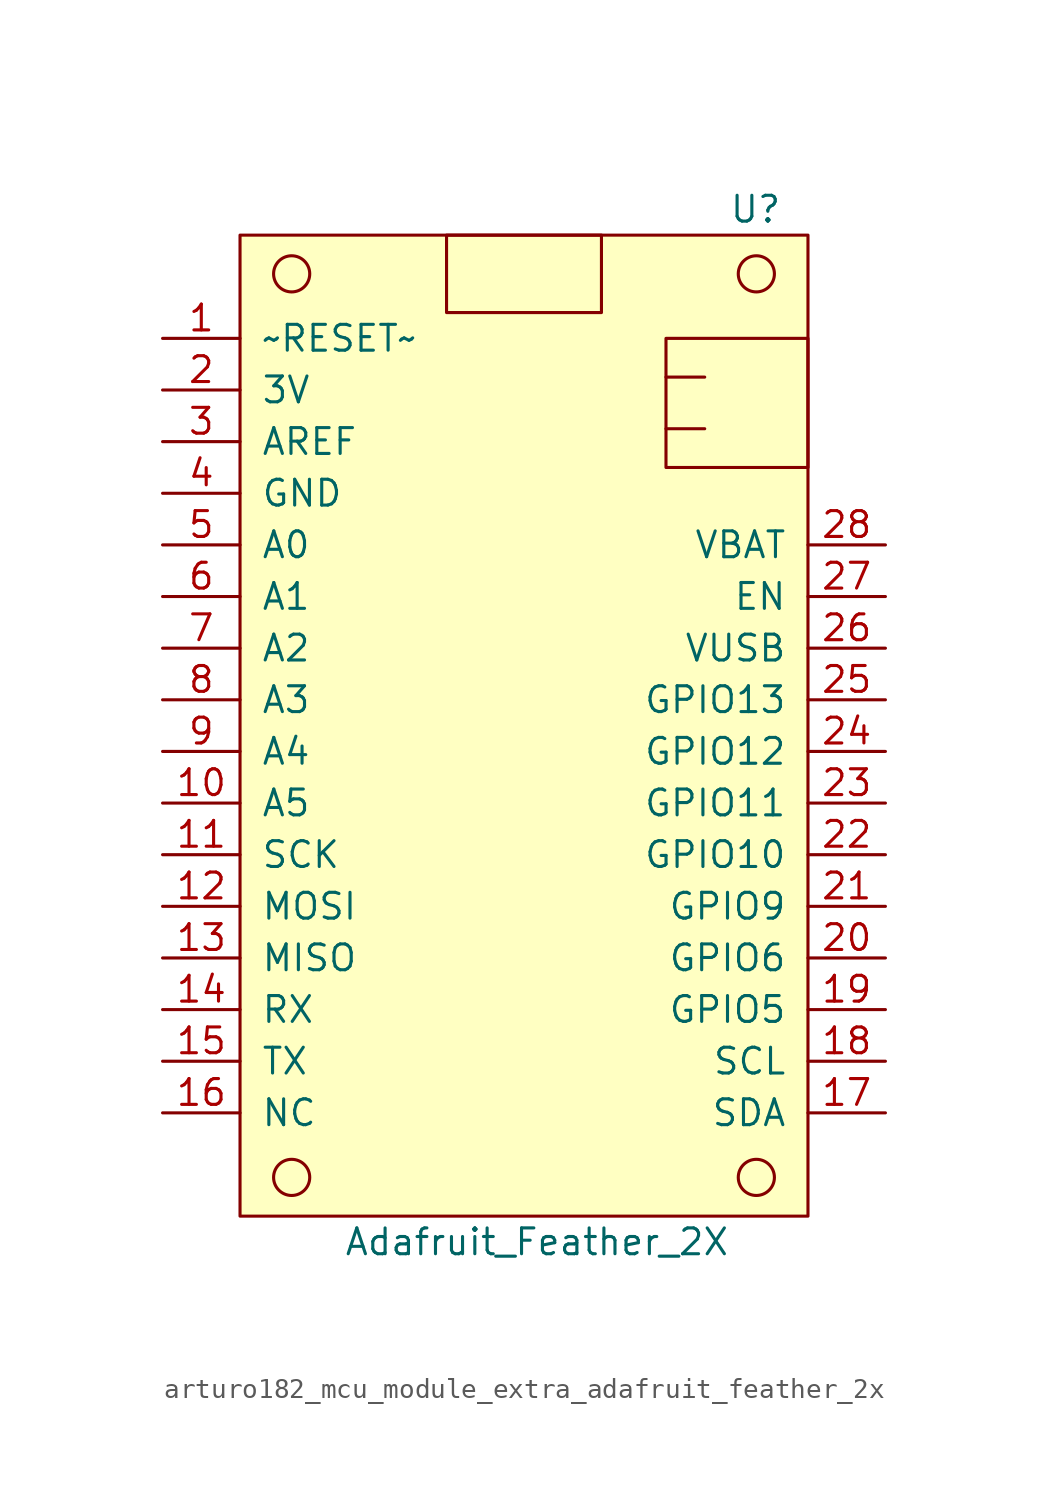
<source format=kicad_sym>
(kicad_symbol_lib
  (version 20220914)
  (generator kicad_symbol_editor)
  (symbol "MCU_Module_Extra:arturo182_mcu_module_extra_adafruit_feather_2x"
    (pin_names
      (offset 1.016))
    (property "Reference" "U"
      (at 12.7 24.13 0)
      (effects (font (size 1.27 1.27)) (justify right)))
    (property "Value" "Adafruit_Feather_2X"
      (at 0.635 -26.67 0)
      (effects (font (size 1.27 1.27))))
    (symbol "arturo182_mcu_module_extra_adafruit_feather_2x_0_1"
      (circle (center -11.43 -23.495) (radius 0.889) (stroke (width 0)) (fill (type none)))
      (circle (center -11.43 20.955) (radius 0.889) (stroke (width 0)) (fill (type none)))
      (circle (center 11.43 -23.495) (radius 0.889) (stroke (width 0)) (fill (type none)))
      (circle (center 11.43 20.955) (radius 0.889) (stroke (width 0)) (fill (type none)))
      (rectangle (start -13.97 22.86) (end 13.97 -25.4) (stroke (width 0)) (fill (type background)))
      (rectangle (start -3.81 22.86) (end 3.81 19.05) (stroke (width 0)) (fill (type none)))
      (rectangle (start 6.985 13.335) (end 8.89 13.335) (stroke (width 0)) (fill (type none)))
      (rectangle (start 6.985 15.875) (end 8.89 15.875) (stroke (width 0)) (fill (type none)))
      (rectangle (start 13.97 17.78) (end 6.985 11.43) (stroke (width 0)) (fill (type none))))
    (symbol "arturo182_mcu_module_extra_adafruit_feather_2x_1_1"
      (pin bidirectional line (at -17.78 17.78 0) (length 3.81) (name "~RESET~" (effects (font (size 1.27 1.27)))) (number "1" (effects (font (size 1.27 1.27)))))
      (pin passive line (at -17.78 17.78 0) (length 3.81) hide (name "~RESET~" (effects (font (size 1.27 1.27)))) (number "1" (effects (font (size 1.27 1.27)))))
      (pin passive line (at -17.78 -5.08 0) (length 3.81) hide (name "A5" (effects (font (size 1.27 1.27)))) (number "10" (effects (font (size 1.27 1.27)))))
      (pin bidirectional line (at -17.78 -5.08 0) (length 3.81) (name "A5" (effects (font (size 1.27 1.27)))) (number "10" (effects (font (size 1.27 1.27)))))
      (pin passive line (at -17.78 -7.62 0) (length 3.81) hide (name "SCK" (effects (font (size 1.27 1.27)))) (number "11" (effects (font (size 1.27 1.27)))))
      (pin output line (at -17.78 -7.62 0) (length 3.81) (name "SCK" (effects (font (size 1.27 1.27)))) (number "11" (effects (font (size 1.27 1.27)))))
      (pin passive line (at -17.78 -10.16 0) (length 3.81) hide (name "MOSI" (effects (font (size 1.27 1.27)))) (number "12" (effects (font (size 1.27 1.27)))))
      (pin output line (at -17.78 -10.16 0) (length 3.81) (name "MOSI" (effects (font (size 1.27 1.27)))) (number "12" (effects (font (size 1.27 1.27)))))
      (pin input line (at -17.78 -12.7 0) (length 3.81) (name "MISO" (effects (font (size 1.27 1.27)))) (number "13" (effects (font (size 1.27 1.27)))))
      (pin passive line (at -17.78 -12.7 0) (length 3.81) hide (name "MISO" (effects (font (size 1.27 1.27)))) (number "13" (effects (font (size 1.27 1.27)))))
      (pin input line (at -17.78 -15.24 0) (length 3.81) (name "RX" (effects (font (size 1.27 1.27)))) (number "14" (effects (font (size 1.27 1.27)))))
      (pin passive line (at -17.78 -15.24 0) (length 3.81) hide (name "RX" (effects (font (size 1.27 1.27)))) (number "14" (effects (font (size 1.27 1.27)))))
      (pin passive line (at -17.78 -17.78 0) (length 3.81) hide (name "TX" (effects (font (size 1.27 1.27)))) (number "15" (effects (font (size 1.27 1.27)))))
      (pin output line (at -17.78 -17.78 0) (length 3.81) (name "TX" (effects (font (size 1.27 1.27)))) (number "15" (effects (font (size 1.27 1.27)))))
      (pin bidirectional line (at -17.78 -20.32 0) (length 3.81) (name "NC" (effects (font (size 1.27 1.27)))) (number "16" (effects (font (size 1.27 1.27)))))
      (pin passive line (at -17.78 -20.32 0) (length 3.81) hide (name "NC" (effects (font (size 1.27 1.27)))) (number "16" (effects (font (size 1.27 1.27)))))
      (pin passive line (at 17.78 -20.32 180) (length 3.81) hide (name "SDA" (effects (font (size 1.27 1.27)))) (number "17" (effects (font (size 1.27 1.27)))))
      (pin bidirectional line (at 17.78 -20.32 180) (length 3.81) (name "SDA" (effects (font (size 1.27 1.27)))) (number "17" (effects (font (size 1.27 1.27)))))
      (pin passive line (at 17.78 -17.78 180) (length 3.81) hide (name "SCL" (effects (font (size 1.27 1.27)))) (number "18" (effects (font (size 1.27 1.27)))))
      (pin output line (at 17.78 -17.78 180) (length 3.81) (name "SCL" (effects (font (size 1.27 1.27)))) (number "18" (effects (font (size 1.27 1.27)))))
      (pin passive line (at 17.78 -15.24 180) (length 3.81) hide (name "GPIO5" (effects (font (size 1.27 1.27)))) (number "19" (effects (font (size 1.27 1.27)))))
      (pin bidirectional line (at 17.78 -15.24 180) (length 3.81) (name "GPIO5" (effects (font (size 1.27 1.27)))) (number "19" (effects (font (size 1.27 1.27)))))
      (pin power_out line (at -17.78 15.24 0) (length 3.81) (name "3V" (effects (font (size 1.27 1.27)))) (number "2" (effects (font (size 1.27 1.27)))))
      (pin passive line (at -17.78 15.24 0) (length 3.81) hide (name "3V" (effects (font (size 1.27 1.27)))) (number "2" (effects (font (size 1.27 1.27)))))
      (pin passive line (at 17.78 -12.7 180) (length 3.81) hide (name "GPIO6" (effects (font (size 1.27 1.27)))) (number "20" (effects (font (size 1.27 1.27)))))
      (pin bidirectional line (at 17.78 -12.7 180) (length 3.81) (name "GPIO6" (effects (font (size 1.27 1.27)))) (number "20" (effects (font (size 1.27 1.27)))))
      (pin passive line (at 17.78 -10.16 180) (length 3.81) hide (name "GPIO9" (effects (font (size 1.27 1.27)))) (number "21" (effects (font (size 1.27 1.27)))))
      (pin bidirectional line (at 17.78 -10.16 180) (length 3.81) (name "GPIO9" (effects (font (size 1.27 1.27)))) (number "21" (effects (font (size 1.27 1.27)))))
      (pin passive line (at 17.78 -7.62 180) (length 3.81) hide (name "GPIO10" (effects (font (size 1.27 1.27)))) (number "22" (effects (font (size 1.27 1.27)))))
      (pin bidirectional line (at 17.78 -7.62 180) (length 3.81) (name "GPIO10" (effects (font (size 1.27 1.27)))) (number "22" (effects (font (size 1.27 1.27)))))
      (pin passive line (at 17.78 -5.08 180) (length 3.81) hide (name "GPIO11" (effects (font (size 1.27 1.27)))) (number "23" (effects (font (size 1.27 1.27)))))
      (pin bidirectional line (at 17.78 -5.08 180) (length 3.81) (name "GPIO11" (effects (font (size 1.27 1.27)))) (number "23" (effects (font (size 1.27 1.27)))))
      (pin passive line (at 17.78 -2.54 180) (length 3.81) hide (name "GPIO12" (effects (font (size 1.27 1.27)))) (number "24" (effects (font (size 1.27 1.27)))))
      (pin bidirectional line (at 17.78 -2.54 180) (length 3.81) (name "GPIO12" (effects (font (size 1.27 1.27)))) (number "24" (effects (font (size 1.27 1.27)))))
      (pin passive line (at 17.78 0 180) (length 3.81) hide (name "GPIO13" (effects (font (size 1.27 1.27)))) (number "25" (effects (font (size 1.27 1.27)))))
      (pin bidirectional line (at 17.78 0 180) (length 3.81) (name "GPIO13" (effects (font (size 1.27 1.27)))) (number "25" (effects (font (size 1.27 1.27)))))
      (pin power_out line (at 17.78 2.54 180) (length 3.81) (name "VUSB" (effects (font (size 1.27 1.27)))) (number "26" (effects (font (size 1.27 1.27)))))
      (pin passive line (at 17.78 2.54 180) (length 3.81) hide (name "VUSB" (effects (font (size 1.27 1.27)))) (number "26" (effects (font (size 1.27 1.27)))))
      (pin input line (at 17.78 5.08 180) (length 3.81) (name "EN" (effects (font (size 1.27 1.27)))) (number "27" (effects (font (size 1.27 1.27)))))
      (pin passive line (at 17.78 5.08 180) (length 3.81) hide (name "EN" (effects (font (size 1.27 1.27)))) (number "27" (effects (font (size 1.27 1.27)))))
      (pin passive line (at 17.78 7.62 180) (length 3.81) hide (name "VBAT" (effects (font (size 1.27 1.27)))) (number "28" (effects (font (size 1.27 1.27)))))
      (pin power_out line (at 17.78 7.62 180) (length 3.81) (name "VBAT" (effects (font (size 1.27 1.27)))) (number "28" (effects (font (size 1.27 1.27)))))
      (pin passive line (at -17.78 12.7 0) (length 3.81) hide (name "AREF" (effects (font (size 1.27 1.27)))) (number "3" (effects (font (size 1.27 1.27)))))
      (pin input line (at -17.78 12.7 0) (length 3.81) (name "AREF" (effects (font (size 1.27 1.27)))) (number "3" (effects (font (size 1.27 1.27)))))
      (pin passive line (at -17.78 10.16 0) (length 3.81) hide (name "GND" (effects (font (size 1.27 1.27)))) (number "4" (effects (font (size 1.27 1.27)))))
      (pin power_out line (at -17.78 10.16 0) (length 3.81) (name "GND" (effects (font (size 1.27 1.27)))) (number "4" (effects (font (size 1.27 1.27)))))
      (pin bidirectional line (at -17.78 7.62 0) (length 3.81) (name "A0" (effects (font (size 1.27 1.27)))) (number "5" (effects (font (size 1.27 1.27)))))
      (pin passive line (at -17.78 7.62 0) (length 3.81) hide (name "A0" (effects (font (size 1.27 1.27)))) (number "5" (effects (font (size 1.27 1.27)))))
      (pin bidirectional line (at -17.78 5.08 0) (length 3.81) (name "A1" (effects (font (size 1.27 1.27)))) (number "6" (effects (font (size 1.27 1.27)))))
      (pin passive line (at -17.78 5.08 0) (length 3.81) hide (name "A1" (effects (font (size 1.27 1.27)))) (number "6" (effects (font (size 1.27 1.27)))))
      (pin bidirectional line (at -17.78 2.54 0) (length 3.81) (name "A2" (effects (font (size 1.27 1.27)))) (number "7" (effects (font (size 1.27 1.27)))))
      (pin passive line (at -17.78 2.54 0) (length 3.81) hide (name "A2" (effects (font (size 1.27 1.27)))) (number "7" (effects (font (size 1.27 1.27)))))
      (pin bidirectional line (at -17.78 0 0) (length 3.81) (name "A3" (effects (font (size 1.27 1.27)))) (number "8" (effects (font (size 1.27 1.27)))))
      (pin passive line (at -17.78 0 0) (length 3.81) hide (name "A3" (effects (font (size 1.27 1.27)))) (number "8" (effects (font (size 1.27 1.27)))))
      (pin passive line (at -17.78 -2.54 0) (length 3.81) hide (name "A4" (effects (font (size 1.27 1.27)))) (number "9" (effects (font (size 1.27 1.27)))))
      (pin bidirectional line (at -17.78 -2.54 0) (length 3.81) (name "A4" (effects (font (size 1.27 1.27)))) (number "9" (effects (font (size 1.27 1.27))))))))
</source>
